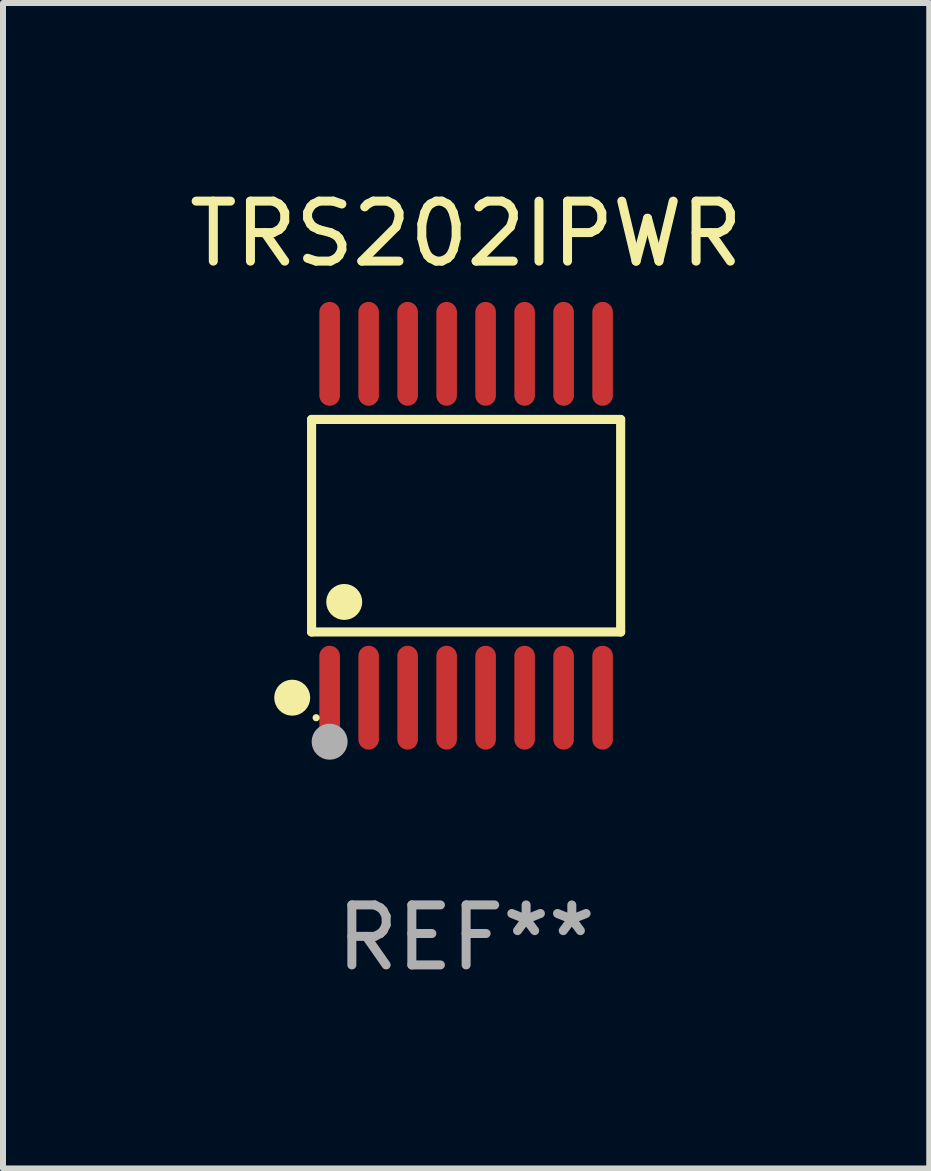
<source format=kicad_pcb>
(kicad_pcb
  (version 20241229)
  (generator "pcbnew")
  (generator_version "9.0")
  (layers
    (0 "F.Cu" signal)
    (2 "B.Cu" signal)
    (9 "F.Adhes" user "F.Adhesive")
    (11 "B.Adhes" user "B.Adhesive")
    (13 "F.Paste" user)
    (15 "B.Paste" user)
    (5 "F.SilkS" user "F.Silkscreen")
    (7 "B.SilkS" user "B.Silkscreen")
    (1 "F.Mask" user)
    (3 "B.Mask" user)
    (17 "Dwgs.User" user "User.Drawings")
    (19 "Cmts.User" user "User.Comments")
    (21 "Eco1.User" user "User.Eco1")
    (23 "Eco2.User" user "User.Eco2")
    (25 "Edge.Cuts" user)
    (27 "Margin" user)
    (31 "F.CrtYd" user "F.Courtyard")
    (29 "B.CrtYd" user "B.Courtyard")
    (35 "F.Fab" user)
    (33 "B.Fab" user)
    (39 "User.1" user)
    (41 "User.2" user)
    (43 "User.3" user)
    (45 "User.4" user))
  (footprint "TRS202IPWR"
    (layer "F.Cu")
    (at 4.72 5.714)
    (property "Reference" "TRS202IPWR" (at 0 -4.866 0) (layer "F.SilkS") (effects (font (size 1 1) (thickness 0.15))))
    (attr through_hole)
    (fp_line (start -2.576 -1.772) (end 2.576 -1.772) (stroke (width 0.152) (type solid)) (layer "F.SilkS"))
    (fp_line (start -2.576 1.771) (end -2.576 -1.772) (stroke (width 0.152) (type solid)) (layer "F.SilkS"))
    (fp_line (start 2.576 -1.772) (end 2.576 1.771) (stroke (width 0.152) (type solid)) (layer "F.SilkS"))
    (fp_line (start 2.576 1.771) (end -2.576 1.771) (stroke (width 0.152) (type solid)) (layer "F.SilkS"))
    (fp_circle (center -2.899 2.866) (end -2.749 2.866) (stroke (width 0.3) (type solid)) (fill no) (layer "F.SilkS"))
    (fp_circle (center -2.5 3.2) (end -2.47 3.2) (stroke (width 0.06) (type solid)) (fill no) (layer "F.SilkS"))
    (fp_circle (center -2.032 1.27) (end -1.882 1.27) (stroke (width 0.3) (type solid)) (fill no) (layer "F.SilkS"))
    (fp_circle (center -2.275 3.6) (end -2.125 3.6) (stroke (width 0.3) (type solid)) (fill no) (layer "F.Fab"))
    (fp_text user "REF**" (at 0 6.866 0) (layer "F.Fab") (effects (font (size 1 1) (thickness 0.15))))
    (pad "1" smd oval (at -2.275 2.866) (size 0.343 1.731) (layers "F.Cu" "F.Mask" "F.Paste"))
    (pad "2" smd oval (at -1.625 2.866) (size 0.343 1.731) (layers "F.Cu" "F.Mask" "F.Paste"))
    (pad "3" smd oval (at -0.975 2.866) (size 0.343 1.731) (layers "F.Cu" "F.Mask" "F.Paste"))
    (pad "4" smd oval (at -0.325 2.866) (size 0.343 1.731) (layers "F.Cu" "F.Mask" "F.Paste"))
    (pad "5" smd oval (at 0.325 2.866) (size 0.343 1.731) (layers "F.Cu" "F.Mask" "F.Paste"))
    (pad "6" smd oval (at 0.975 2.866) (size 0.343 1.731) (layers "F.Cu" "F.Mask" "F.Paste"))
    (pad "7" smd oval (at 1.625 2.866) (size 0.343 1.731) (layers "F.Cu" "F.Mask" "F.Paste"))
    (pad "8" smd oval (at 2.275 2.866) (size 0.343 1.731) (layers "F.Cu" "F.Mask" "F.Paste"))
    (pad "9" smd oval (at 2.275 -2.866) (size 0.343 1.731) (layers "F.Cu" "F.Mask" "F.Paste"))
    (pad "10" smd oval (at 1.625 -2.866) (size 0.343 1.731) (layers "F.Cu" "F.Mask" "F.Paste"))
    (pad "11" smd oval (at 0.975 -2.866) (size 0.343 1.731) (layers "F.Cu" "F.Mask" "F.Paste"))
    (pad "12" smd oval (at 0.325 -2.866) (size 0.343 1.731) (layers "F.Cu" "F.Mask" "F.Paste"))
    (pad "13" smd oval (at -0.325 -2.866) (size 0.343 1.731) (layers "F.Cu" "F.Mask" "F.Paste"))
    (pad "14" smd oval (at -0.975 -2.866) (size 0.343 1.731) (layers "F.Cu" "F.Mask" "F.Paste"))
    (pad "15" smd oval (at -1.625 -2.866) (size 0.343 1.731) (layers "F.Cu" "F.Mask" "F.Paste"))
    (pad "16" smd oval (at -2.275 -2.866) (size 0.343 1.731) (layers "F.Cu" "F.Mask" "F.Paste")))
  (gr_rect
    (start -3 -3)
    (end 12.44 16.428)
    (stroke (width 0.1) (type default))
    (fill no)
    (layer "Edge.Cuts")))
</source>
